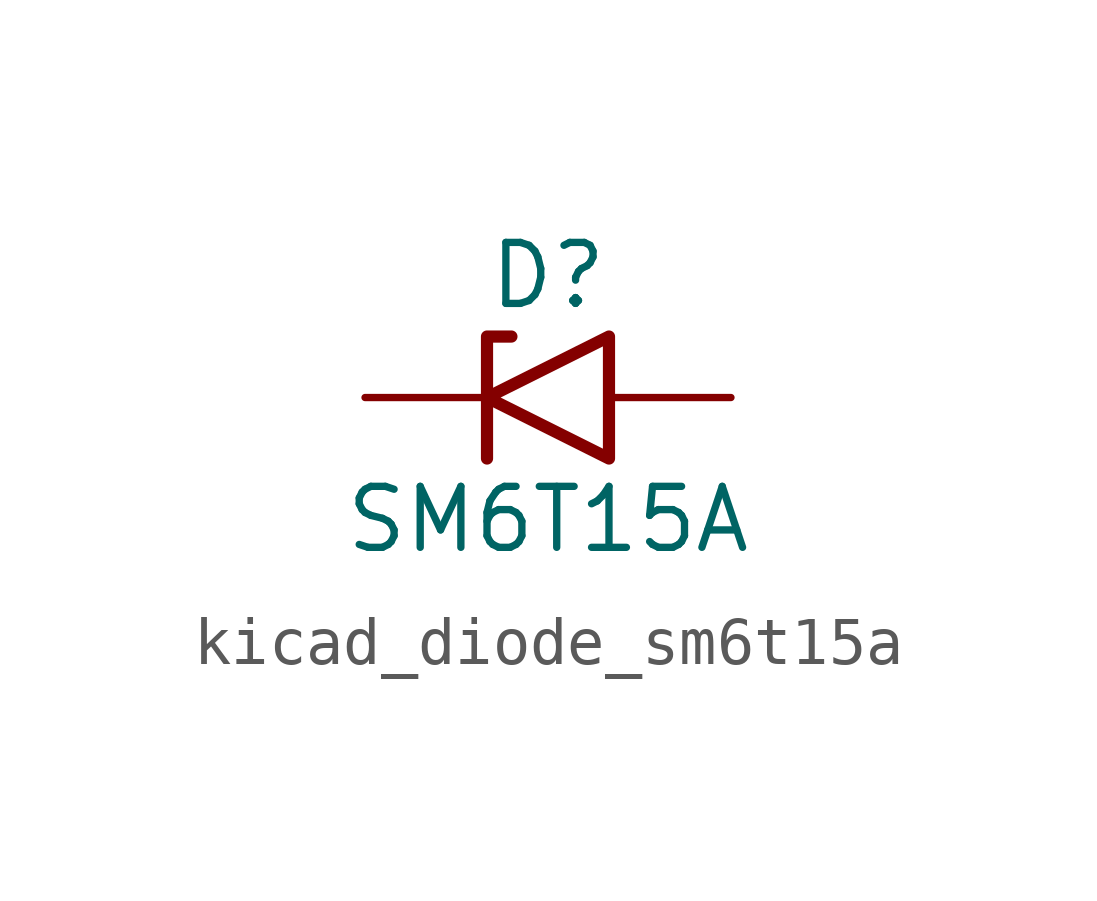
<source format=kicad_sym>
(kicad_symbol_lib
  (version 20220914)
  (generator kicad_symbol_editor)
  (symbol "kicad_diode_sm6t15a"
    (pin_numbers hide)
    (pin_names
      (offset 1.016) hide)
    (property "Reference" "D"
      (at 0 2.54 0)
      (effects (font (size 1.27 1.27))))
    (property "Value" "SM6T15A"
      (at 0 -2.54 0)
      (effects (font (size 1.27 1.27))))
    (symbol "kicad_diode_sm6t15a_0_1"
      (polyline (pts (xy -0.762 1.27) (xy -1.27 1.27) (xy -1.27 -1.27)) (stroke (width 0.254) (type default)) (fill (type none)))
      (polyline (pts (xy 1.27 1.27) (xy 1.27 -1.27) (xy -1.27 0) (xy 1.27 1.27)) (stroke (width 0.254) (type default)) (fill (type none))))
    (symbol "kicad_diode_sm6t15a_1_1"
      (pin passive line (at -3.81 0 0) (length 2.54) (name "A1" (effects (font (size 1.27 1.27)))) (number "1" (effects (font (size 1.27 1.27)))))
      (pin passive line (at 3.81 0 180) (length 2.54) (name "A2" (effects (font (size 1.27 1.27)))) (number "2" (effects (font (size 1.27 1.27))))))))
</source>
